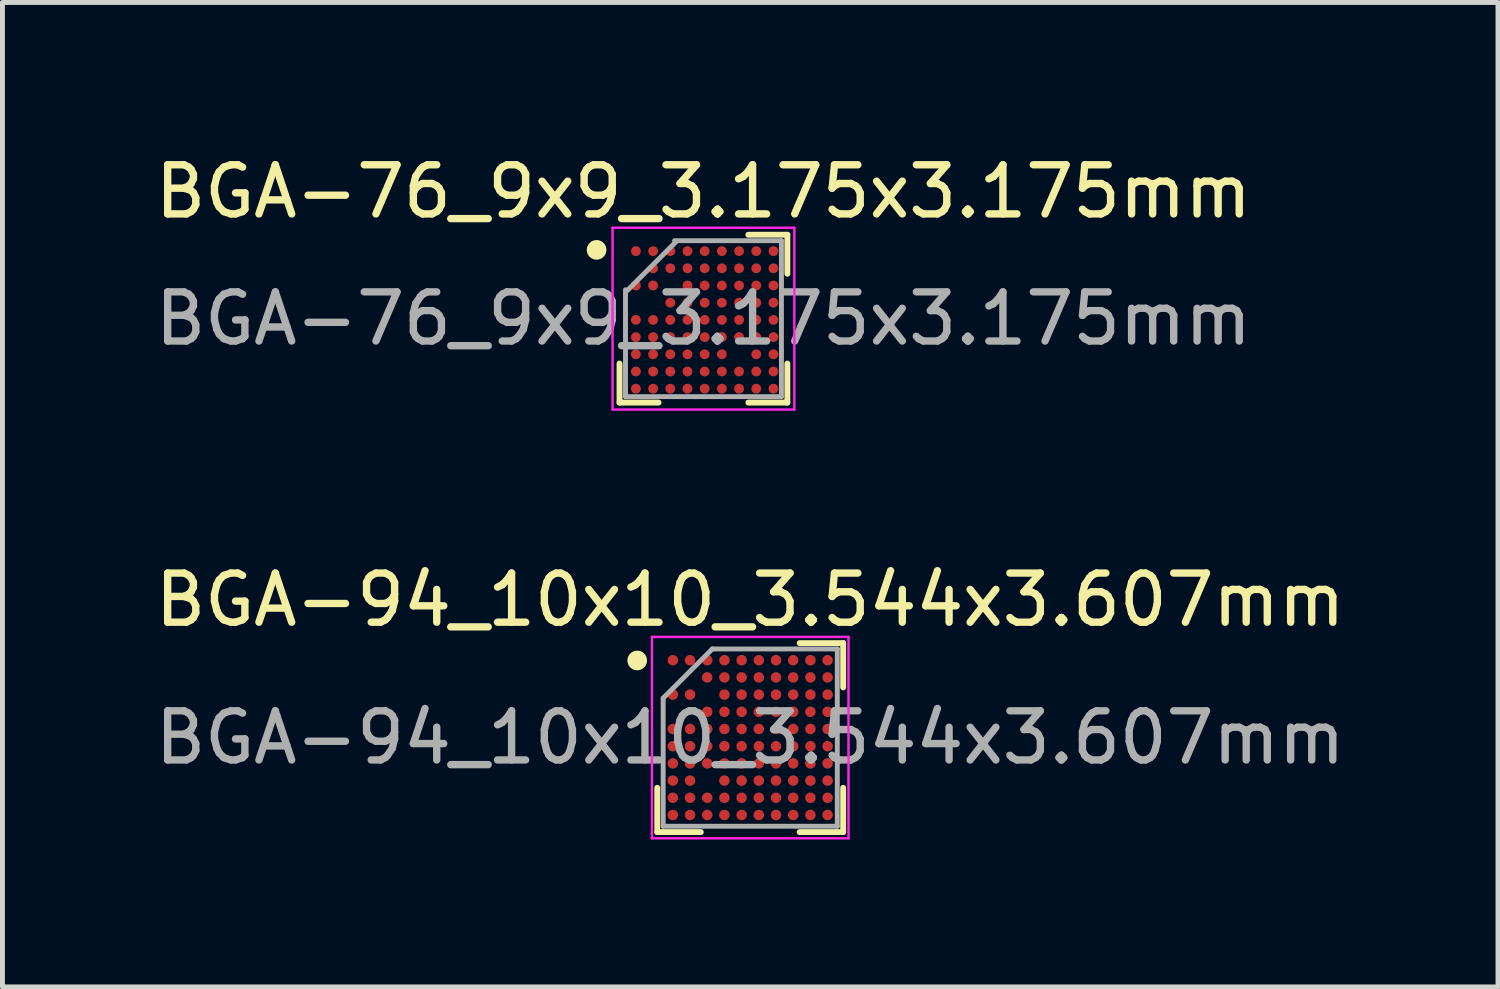
<source format=kicad_pcb>
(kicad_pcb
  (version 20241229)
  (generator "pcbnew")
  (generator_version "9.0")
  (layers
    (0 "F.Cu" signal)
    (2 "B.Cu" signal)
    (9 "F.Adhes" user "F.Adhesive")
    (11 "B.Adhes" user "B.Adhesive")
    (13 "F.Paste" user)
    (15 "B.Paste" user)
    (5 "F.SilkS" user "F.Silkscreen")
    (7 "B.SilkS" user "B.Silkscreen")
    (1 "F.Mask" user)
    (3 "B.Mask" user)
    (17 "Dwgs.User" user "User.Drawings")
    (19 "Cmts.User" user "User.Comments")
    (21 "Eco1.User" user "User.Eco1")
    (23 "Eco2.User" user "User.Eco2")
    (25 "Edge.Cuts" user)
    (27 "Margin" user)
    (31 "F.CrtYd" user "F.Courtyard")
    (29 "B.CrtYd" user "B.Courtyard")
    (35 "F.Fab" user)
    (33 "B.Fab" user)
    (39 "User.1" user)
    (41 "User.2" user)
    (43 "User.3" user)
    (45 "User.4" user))
  (footprint "BGA-76_9x9_3.175x3.175mm"
    (layer "F.Cu")
    (at 11.268 3.436)
    (property "Reference" "BGA-76_9x9_3.175x3.175mm" (at 0 -2.587 0) (layer "F.SilkS") (effects (font (size 1 1) (thickness 0.15))))
    (attr smd)
    (fp_line (start -1.708 1.708) (end -1.708 0.914) (stroke (width 0.12) (type default)) (layer "F.SilkS"))
    (fp_line (start -0.914 1.708) (end -1.708 1.708) (stroke (width 0.12) (type default)) (layer "F.SilkS"))
    (fp_line (start 0.914 -1.708) (end 1.708 -1.708) (stroke (width 0.12) (type default)) (layer "F.SilkS"))
    (fp_line (start 0.914 1.708) (end 1.708 1.708) (stroke (width 0.12) (type default)) (layer "F.SilkS"))
    (fp_line (start 1.708 -1.708) (end 1.708 -0.914) (stroke (width 0.12) (type default)) (layer "F.SilkS"))
    (fp_line (start 1.708 1.708) (end 1.708 0.914) (stroke (width 0.12) (type default)) (layer "F.SilkS"))
    (fp_circle (center -2.175 -1.4) (end -2.175 -1.3) (stroke (width 0.2) (type default)) (fill no) (layer "F.SilkS"))
    (fp_line (start -1.85 -1.85) (end 1.85 -1.85) (stroke (width 0.05) (type default)) (layer "F.CrtYd"))
    (fp_line (start -1.85 1.85) (end -1.85 -1.85) (stroke (width 0.05) (type default)) (layer "F.CrtYd"))
    (fp_line (start 1.85 -1.85) (end 1.85 1.85) (stroke (width 0.05) (type default)) (layer "F.CrtYd"))
    (fp_line (start 1.85 1.85) (end -1.85 1.85) (stroke (width 0.05) (type default)) (layer "F.CrtYd"))
    (fp_line (start -1.587 -0.588) (end -1.587 1.587) (stroke (width 0.1) (type default)) (layer "F.Fab"))
    (fp_line (start -1.587 1.587) (end 1.587 1.587) (stroke (width 0.1) (type default)) (layer "F.Fab"))
    (fp_line (start -0.562 -1.562) (end -1.562 -0.562) (stroke (width 0.1) (type default)) (layer "F.Fab"))
    (fp_line (start 1.587 -1.587) (end -0.588 -1.587) (stroke (width 0.1) (type default)) (layer "F.Fab"))
    (fp_line (start 1.587 1.587) (end 1.587 -1.587) (stroke (width 0.1) (type default)) (layer "F.Fab"))
    (fp_text user "${REFERENCE}" (at 0 0 0) (layer "F.Fab") (effects (font (size 1 1) (thickness 0.15))))
    (pad "A1" smd circle (at -1.375 -1.375) (size 0.2 0.2) (layers "F.Cu" "F.Mask" "F.Paste"))
    (pad "A2" smd circle (at -1.025 -1.375) (size 0.2 0.2) (layers "F.Cu" "F.Mask" "F.Paste"))
    (pad "A3" smd circle (at -0.675 -1.375) (size 0.2 0.2) (layers "F.Cu" "F.Mask" "F.Paste"))
    (pad "A4" smd circle (at -0.325 -1.375) (size 0.2 0.2) (layers "F.Cu" "F.Mask" "F.Paste"))
    (pad "A5" smd circle (at 0.025 -1.375) (size 0.2 0.2) (layers "F.Cu" "F.Mask" "F.Paste"))
    (pad "A6" smd circle (at 0.375 -1.375) (size 0.2 0.2) (layers "F.Cu" "F.Mask" "F.Paste"))
    (pad "A7" smd circle (at 0.725 -1.375) (size 0.2 0.2) (layers "F.Cu" "F.Mask" "F.Paste"))
    (pad "A8" smd circle (at 1.075 -1.375) (size 0.2 0.2) (layers "F.Cu" "F.Mask" "F.Paste"))
    (pad "A9" smd circle (at 1.425 -1.375) (size 0.2 0.2) (layers "F.Cu" "F.Mask" "F.Paste"))
    (pad "B2" smd circle (at -1.025 -1.025) (size 0.2 0.2) (layers "F.Cu" "F.Mask" "F.Paste"))
    (pad "B3" smd circle (at -0.675 -1.025) (size 0.2 0.2) (layers "F.Cu" "F.Mask" "F.Paste"))
    (pad "B4" smd circle (at -0.325 -1.025) (size 0.2 0.2) (layers "F.Cu" "F.Mask" "F.Paste"))
    (pad "B5" smd circle (at 0.025 -1.025) (size 0.2 0.2) (layers "F.Cu" "F.Mask" "F.Paste"))
    (pad "B6" smd circle (at 0.375 -1.025) (size 0.2 0.2) (layers "F.Cu" "F.Mask" "F.Paste"))
    (pad "B7" smd circle (at 0.725 -1.025) (size 0.2 0.2) (layers "F.Cu" "F.Mask" "F.Paste"))
    (pad "B8" smd circle (at 1.075 -1.025) (size 0.2 0.2) (layers "F.Cu" "F.Mask" "F.Paste"))
    (pad "B9" smd circle (at 1.425 -1.025) (size 0.2 0.2) (layers "F.Cu" "F.Mask" "F.Paste"))
    (pad "C1" smd circle (at -1.375 -0.675) (size 0.2 0.2) (layers "F.Cu" "F.Mask" "F.Paste"))
    (pad "C2" smd circle (at -1.025 -0.675) (size 0.2 0.2) (layers "F.Cu" "F.Mask" "F.Paste"))
    (pad "C4" smd circle (at -0.325 -0.675) (size 0.2 0.2) (layers "F.Cu" "F.Mask" "F.Paste"))
    (pad "C5" smd circle (at 0.025 -0.675) (size 0.2 0.2) (layers "F.Cu" "F.Mask" "F.Paste"))
    (pad "C6" smd circle (at 0.375 -0.675) (size 0.2 0.2) (layers "F.Cu" "F.Mask" "F.Paste"))
    (pad "C7" smd circle (at 0.725 -0.675) (size 0.2 0.2) (layers "F.Cu" "F.Mask" "F.Paste"))
    (pad "C8" smd circle (at 1.075 -0.675) (size 0.2 0.2) (layers "F.Cu" "F.Mask" "F.Paste"))
    (pad "C9" smd circle (at 1.425 -0.675) (size 0.2 0.2) (layers "F.Cu" "F.Mask" "F.Paste"))
    (pad "D3" smd circle (at -0.675 -0.325) (size 0.2 0.2) (layers "F.Cu" "F.Mask" "F.Paste"))
    (pad "D4" smd circle (at -0.325 -0.325) (size 0.2 0.2) (layers "F.Cu" "F.Mask" "F.Paste"))
    (pad "D5" smd circle (at 0.025 -0.325) (size 0.2 0.2) (layers "F.Cu" "F.Mask" "F.Paste"))
    (pad "D6" smd circle (at 0.375 -0.325) (size 0.2 0.2) (layers "F.Cu" "F.Mask" "F.Paste"))
    (pad "D7" smd circle (at 0.725 -0.325) (size 0.2 0.2) (layers "F.Cu" "F.Mask" "F.Paste"))
    (pad "D8" smd circle (at 1.075 -0.325) (size 0.2 0.2) (layers "F.Cu" "F.Mask" "F.Paste"))
    (pad "D9" smd circle (at 1.425 -0.325) (size 0.2 0.2) (layers "F.Cu" "F.Mask" "F.Paste"))
    (pad "E1" smd circle (at -1.375 0.025) (size 0.2 0.2) (layers "F.Cu" "F.Mask" "F.Paste"))
    (pad "E2" smd circle (at -1.025 0.025) (size 0.2 0.2) (layers "F.Cu" "F.Mask" "F.Paste"))
    (pad "E3" smd circle (at -0.675 0.025) (size 0.2 0.2) (layers "F.Cu" "F.Mask" "F.Paste"))
    (pad "E4" smd circle (at -0.325 0.025) (size 0.2 0.2) (layers "F.Cu" "F.Mask" "F.Paste"))
    (pad "E5" smd circle (at 0.025 0.025) (size 0.2 0.2) (layers "F.Cu" "F.Mask" "F.Paste"))
    (pad "E6" smd circle (at 0.375 0.025) (size 0.2 0.2) (layers "F.Cu" "F.Mask" "F.Paste"))
    (pad "E7" smd circle (at 0.725 0.025) (size 0.2 0.2) (layers "F.Cu" "F.Mask" "F.Paste"))
    (pad "E8" smd circle (at 1.075 0.025) (size 0.2 0.2) (layers "F.Cu" "F.Mask" "F.Paste"))
    (pad "E9" smd circle (at 1.425 0.025) (size 0.2 0.2) (layers "F.Cu" "F.Mask" "F.Paste"))
    (pad "F1" smd circle (at -1.375 0.375) (size 0.2 0.2) (layers "F.Cu" "F.Mask" "F.Paste"))
    (pad "F2" smd circle (at -1.025 0.375) (size 0.2 0.2) (layers "F.Cu" "F.Mask" "F.Paste"))
    (pad "F3" smd circle (at -0.675 0.375) (size 0.2 0.2) (layers "F.Cu" "F.Mask" "F.Paste"))
    (pad "F4" smd circle (at -0.325 0.375) (size 0.2 0.2) (layers "F.Cu" "F.Mask" "F.Paste"))
    (pad "F5" smd circle (at 0.025 0.375) (size 0.2 0.2) (layers "F.Cu" "F.Mask" "F.Paste"))
    (pad "F6" smd circle (at 0.375 0.375) (size 0.2 0.2) (layers "F.Cu" "F.Mask" "F.Paste"))
    (pad "F7" smd circle (at 0.725 0.375) (size 0.2 0.2) (layers "F.Cu" "F.Mask" "F.Paste"))
    (pad "F8" smd circle (at 1.075 0.375) (size 0.2 0.2) (layers "F.Cu" "F.Mask" "F.Paste"))
    (pad "F9" smd circle (at 1.425 0.375) (size 0.2 0.2) (layers "F.Cu" "F.Mask" "F.Paste"))
    (pad "G1" smd circle (at -1.375 0.725) (size 0.2 0.2) (layers "F.Cu" "F.Mask" "F.Paste"))
    (pad "G2" smd circle (at -1.025 0.725) (size 0.2 0.2) (layers "F.Cu" "F.Mask" "F.Paste"))
    (pad "G3" smd circle (at -0.675 0.725) (size 0.2 0.2) (layers "F.Cu" "F.Mask" "F.Paste"))
    (pad "G4" smd circle (at -0.325 0.725) (size 0.2 0.2) (layers "F.Cu" "F.Mask" "F.Paste"))
    (pad "G5" smd circle (at 0.025 0.725) (size 0.2 0.2) (layers "F.Cu" "F.Mask" "F.Paste"))
    (pad "G6" smd circle (at 0.375 0.725) (size 0.2 0.2) (layers "F.Cu" "F.Mask" "F.Paste"))
    (pad "G8" smd circle (at 1.075 0.725) (size 0.2 0.2) (layers "F.Cu" "F.Mask" "F.Paste"))
    (pad "G9" smd circle (at 1.425 0.725) (size 0.2 0.2) (layers "F.Cu" "F.Mask" "F.Paste"))
    (pad "H1" smd circle (at -1.375 1.075) (size 0.2 0.2) (layers "F.Cu" "F.Mask" "F.Paste"))
    (pad "H2" smd circle (at -1.025 1.075) (size 0.2 0.2) (layers "F.Cu" "F.Mask" "F.Paste"))
    (pad "H3" smd circle (at -0.675 1.075) (size 0.2 0.2) (layers "F.Cu" "F.Mask" "F.Paste"))
    (pad "H4" smd circle (at -0.325 1.075) (size 0.2 0.2) (layers "F.Cu" "F.Mask" "F.Paste"))
    (pad "H5" smd circle (at 0.025 1.075) (size 0.2 0.2) (layers "F.Cu" "F.Mask" "F.Paste"))
    (pad "H6" smd circle (at 0.375 1.075) (size 0.2 0.2) (layers "F.Cu" "F.Mask" "F.Paste"))
    (pad "H7" smd circle (at 0.725 1.075) (size 0.2 0.2) (layers "F.Cu" "F.Mask" "F.Paste"))
    (pad "H8" smd circle (at 1.075 1.075) (size 0.2 0.2) (layers "F.Cu" "F.Mask" "F.Paste"))
    (pad "H9" smd circle (at 1.425 1.075) (size 0.2 0.2) (layers "F.Cu" "F.Mask" "F.Paste"))
    (pad "J1" smd circle (at -1.375 1.425) (size 0.2 0.2) (layers "F.Cu" "F.Mask" "F.Paste"))
    (pad "J2" smd circle (at -1.025 1.425) (size 0.2 0.2) (layers "F.Cu" "F.Mask" "F.Paste"))
    (pad "J3" smd circle (at -0.675 1.425) (size 0.2 0.2) (layers "F.Cu" "F.Mask" "F.Paste"))
    (pad "J4" smd circle (at -0.325 1.425) (size 0.2 0.2) (layers "F.Cu" "F.Mask" "F.Paste"))
    (pad "J5" smd circle (at 0.025 1.425) (size 0.2 0.2) (layers "F.Cu" "F.Mask" "F.Paste"))
    (pad "J6" smd circle (at 0.375 1.425) (size 0.2 0.2) (layers "F.Cu" "F.Mask" "F.Paste"))
    (pad "J7" smd circle (at 0.725 1.425) (size 0.2 0.2) (layers "F.Cu" "F.Mask" "F.Paste"))
    (pad "J8" smd circle (at 1.075 1.425) (size 0.2 0.2) (layers "F.Cu" "F.Mask" "F.Paste"))
    (pad "J9" smd circle (at 1.425 1.425) (size 0.2 0.2) (layers "F.Cu" "F.Mask" "F.Paste")))
  (footprint "BGA-94_10x10_3.544x3.607mm"
    (layer "F.Cu")
    (at 12.22 11.963)
    (property "Reference" "BGA-94_10x10_3.544x3.607mm" (at 0 -2.804 0) (layer "F.SilkS") (effects (font (size 1 1) (thickness 0.15))))
    (attr smd)
    (fp_line (start -1.892 1.923) (end -1.892 1.022) (stroke (width 0.12) (type default)) (layer "F.SilkS"))
    (fp_line (start -1.006 1.923) (end -1.892 1.923) (stroke (width 0.12) (type default)) (layer "F.SilkS"))
    (fp_line (start 1.006 -1.923) (end 1.892 -1.923) (stroke (width 0.12) (type default)) (layer "F.SilkS"))
    (fp_line (start 1.006 1.923) (end 1.892 1.923) (stroke (width 0.12) (type default)) (layer "F.SilkS"))
    (fp_line (start 1.892 -1.923) (end 1.892 -1.022) (stroke (width 0.12) (type default)) (layer "F.SilkS"))
    (fp_line (start 1.892 1.923) (end 1.892 1.022) (stroke (width 0.12) (type default)) (layer "F.SilkS"))
    (fp_circle (center -2.3 -1.57) (end -2.3 -1.47) (stroke (width 0.2) (type default)) (fill no) (layer "F.SilkS"))
    (fp_line (start -2 -2.05) (end 2 -2.05) (stroke (width 0.05) (type default)) (layer "F.CrtYd"))
    (fp_line (start -2 2.05) (end -2 -2.05) (stroke (width 0.05) (type default)) (layer "F.CrtYd"))
    (fp_line (start 2 -2.05) (end 2 2.05) (stroke (width 0.05) (type default)) (layer "F.CrtYd"))
    (fp_line (start 2 2.05) (end -2 2.05) (stroke (width 0.05) (type default)) (layer "F.CrtYd"))
    (fp_line (start -1.772 -0.803) (end -1.772 1.804) (stroke (width 0.1) (type default)) (layer "F.Fab"))
    (fp_line (start -1.772 1.804) (end 1.772 1.804) (stroke (width 0.1) (type default)) (layer "F.Fab"))
    (fp_line (start -0.772 -1.804) (end -1.772 -0.803) (stroke (width 0.1) (type default)) (layer "F.Fab"))
    (fp_line (start 1.772 -1.804) (end -0.772 -1.804) (stroke (width 0.1) (type default)) (layer "F.Fab"))
    (fp_line (start 1.772 1.804) (end 1.772 -1.804) (stroke (width 0.1) (type default)) (layer "F.Fab"))
    (fp_text user "${REFERENCE}" (at 0 0 0) (layer "F.Fab") (effects (font (size 1 1) (thickness 0.15))))
    (pad "A1" smd circle (at -1.575 -1.575) (size 0.214 0.214) (layers "F.Cu" "F.Mask" "F.Paste"))
    (pad "A2" smd circle (at -1.225 -1.575) (size 0.214 0.214) (layers "F.Cu" "F.Mask" "F.Paste"))
    (pad "A3" smd circle (at -0.875 -1.575) (size 0.214 0.214) (layers "F.Cu" "F.Mask" "F.Paste"))
    (pad "A4" smd circle (at -0.525 -1.575) (size 0.214 0.214) (layers "F.Cu" "F.Mask" "F.Paste"))
    (pad "A5" smd circle (at -0.175 -1.575) (size 0.214 0.214) (layers "F.Cu" "F.Mask" "F.Paste"))
    (pad "A6" smd circle (at 0.175 -1.575) (size 0.214 0.214) (layers "F.Cu" "F.Mask" "F.Paste"))
    (pad "A7" smd circle (at 0.525 -1.575) (size 0.214 0.214) (layers "F.Cu" "F.Mask" "F.Paste"))
    (pad "A8" smd circle (at 0.875 -1.575) (size 0.214 0.214) (layers "F.Cu" "F.Mask" "F.Paste"))
    (pad "A9" smd circle (at 1.225 -1.575) (size 0.214 0.214) (layers "F.Cu" "F.Mask" "F.Paste"))
    (pad "A10" smd circle (at 1.575 -1.575) (size 0.214 0.214) (layers "F.Cu" "F.Mask" "F.Paste"))
    (pad "B3" smd circle (at -0.875 -1.225) (size 0.214 0.214) (layers "F.Cu" "F.Mask" "F.Paste"))
    (pad "B4" smd circle (at -0.525 -1.225) (size 0.214 0.214) (layers "F.Cu" "F.Mask" "F.Paste"))
    (pad "B5" smd circle (at -0.175 -1.225) (size 0.214 0.214) (layers "F.Cu" "F.Mask" "F.Paste"))
    (pad "B6" smd circle (at 0.175 -1.225) (size 0.214 0.214) (layers "F.Cu" "F.Mask" "F.Paste"))
    (pad "B7" smd circle (at 0.525 -1.225) (size 0.214 0.214) (layers "F.Cu" "F.Mask" "F.Paste"))
    (pad "B8" smd circle (at 0.875 -1.225) (size 0.214 0.214) (layers "F.Cu" "F.Mask" "F.Paste"))
    (pad "B9" smd circle (at 1.225 -1.225) (size 0.214 0.214) (layers "F.Cu" "F.Mask" "F.Paste"))
    (pad "B10" smd circle (at 1.575 -1.225) (size 0.214 0.214) (layers "F.Cu" "F.Mask" "F.Paste"))
    (pad "C1" smd circle (at -1.575 -0.875) (size 0.214 0.214) (layers "F.Cu" "F.Mask" "F.Paste"))
    (pad "C2" smd circle (at -1.225 -0.875) (size 0.214 0.214) (layers "F.Cu" "F.Mask" "F.Paste"))
    (pad "C4" smd circle (at -0.525 -0.875) (size 0.214 0.214) (layers "F.Cu" "F.Mask" "F.Paste"))
    (pad "C5" smd circle (at -0.175 -0.875) (size 0.214 0.214) (layers "F.Cu" "F.Mask" "F.Paste"))
    (pad "C6" smd circle (at 0.175 -0.875) (size 0.214 0.214) (layers "F.Cu" "F.Mask" "F.Paste"))
    (pad "C7" smd circle (at 0.525 -0.875) (size 0.214 0.214) (layers "F.Cu" "F.Mask" "F.Paste"))
    (pad "C8" smd circle (at 0.875 -0.875) (size 0.214 0.214) (layers "F.Cu" "F.Mask" "F.Paste"))
    (pad "C9" smd circle (at 1.225 -0.875) (size 0.214 0.214) (layers "F.Cu" "F.Mask" "F.Paste"))
    (pad "C10" smd circle (at 1.575 -0.875) (size 0.214 0.214) (layers "F.Cu" "F.Mask" "F.Paste"))
    (pad "D3" smd circle (at -0.875 -0.525) (size 0.214 0.214) (layers "F.Cu" "F.Mask" "F.Paste"))
    (pad "D4" smd circle (at -0.525 -0.525) (size 0.214 0.214) (layers "F.Cu" "F.Mask" "F.Paste"))
    (pad "D5" smd circle (at -0.175 -0.525) (size 0.214 0.214) (layers "F.Cu" "F.Mask" "F.Paste"))
    (pad "D6" smd circle (at 0.175 -0.525) (size 0.214 0.214) (layers "F.Cu" "F.Mask" "F.Paste"))
    (pad "D7" smd circle (at 0.525 -0.525) (size 0.214 0.214) (layers "F.Cu" "F.Mask" "F.Paste"))
    (pad "D8" smd circle (at 0.875 -0.525) (size 0.214 0.214) (layers "F.Cu" "F.Mask" "F.Paste"))
    (pad "D9" smd circle (at 1.225 -0.525) (size 0.214 0.214) (layers "F.Cu" "F.Mask" "F.Paste"))
    (pad "D10" smd circle (at 1.575 -0.525) (size 0.214 0.214) (layers "F.Cu" "F.Mask" "F.Paste"))
    (pad "E1" smd circle (at -1.575 -0.175) (size 0.214 0.214) (layers "F.Cu" "F.Mask" "F.Paste"))
    (pad "E2" smd circle (at -1.225 -0.175) (size 0.214 0.214) (layers "F.Cu" "F.Mask" "F.Paste"))
    (pad "E3" smd circle (at -0.875 -0.175) (size 0.214 0.214) (layers "F.Cu" "F.Mask" "F.Paste"))
    (pad "E4" smd circle (at -0.525 -0.175) (size 0.214 0.214) (layers "F.Cu" "F.Mask" "F.Paste"))
    (pad "E5" smd circle (at -0.175 -0.175) (size 0.214 0.214) (layers "F.Cu" "F.Mask" "F.Paste"))
    (pad "E6" smd circle (at 0.175 -0.175) (size 0.214 0.214) (layers "F.Cu" "F.Mask" "F.Paste"))
    (pad "E7" smd circle (at 0.525 -0.175) (size 0.214 0.214) (layers "F.Cu" "F.Mask" "F.Paste"))
    (pad "E8" smd circle (at 0.875 -0.175) (size 0.214 0.214) (layers "F.Cu" "F.Mask" "F.Paste"))
    (pad "E9" smd circle (at 1.225 -0.175) (size 0.214 0.214) (layers "F.Cu" "F.Mask" "F.Paste"))
    (pad "E10" smd circle (at 1.575 -0.175) (size 0.214 0.214) (layers "F.Cu" "F.Mask" "F.Paste"))
    (pad "F1" smd circle (at -1.575 0.175) (size 0.214 0.214) (layers "F.Cu" "F.Mask" "F.Paste"))
    (pad "F2" smd circle (at -1.225 0.175) (size 0.214 0.214) (layers "F.Cu" "F.Mask" "F.Paste"))
    (pad "F3" smd circle (at -0.875 0.175) (size 0.214 0.214) (layers "F.Cu" "F.Mask" "F.Paste"))
    (pad "F4" smd circle (at -0.525 0.175) (size 0.214 0.214) (layers "F.Cu" "F.Mask" "F.Paste"))
    (pad "F5" smd circle (at -0.175 0.175) (size 0.214 0.214) (layers "F.Cu" "F.Mask" "F.Paste"))
    (pad "F6" smd circle (at 0.175 0.175) (size 0.214 0.214) (layers "F.Cu" "F.Mask" "F.Paste"))
    (pad "F7" smd circle (at 0.525 0.175) (size 0.214 0.214) (layers "F.Cu" "F.Mask" "F.Paste"))
    (pad "F8" smd circle (at 0.875 0.175) (size 0.214 0.214) (layers "F.Cu" "F.Mask" "F.Paste"))
    (pad "F9" smd circle (at 1.225 0.175) (size 0.214 0.214) (layers "F.Cu" "F.Mask" "F.Paste"))
    (pad "F10" smd circle (at 1.575 0.175) (size 0.214 0.214) (layers "F.Cu" "F.Mask" "F.Paste"))
    (pad "G1" smd circle (at -1.575 0.525) (size 0.214 0.214) (layers "F.Cu" "F.Mask" "F.Paste"))
    (pad "G2" smd circle (at -1.225 0.525) (size 0.214 0.214) (layers "F.Cu" "F.Mask" "F.Paste"))
    (pad "G3" smd circle (at -0.875 0.525) (size 0.214 0.214) (layers "F.Cu" "F.Mask" "F.Paste"))
    (pad "G4" smd circle (at -0.525 0.525) (size 0.214 0.214) (layers "F.Cu" "F.Mask" "F.Paste"))
    (pad "G5" smd circle (at -0.175 0.525) (size 0.214 0.214) (layers "F.Cu" "F.Mask" "F.Paste"))
    (pad "G6" smd circle (at 0.175 0.525) (size 0.214 0.214) (layers "F.Cu" "F.Mask" "F.Paste"))
    (pad "G7" smd circle (at 0.525 0.525) (size 0.214 0.214) (layers "F.Cu" "F.Mask" "F.Paste"))
    (pad "G8" smd circle (at 0.875 0.525) (size 0.214 0.214) (layers "F.Cu" "F.Mask" "F.Paste"))
    (pad "G9" smd circle (at 1.225 0.525) (size 0.214 0.214) (layers "F.Cu" "F.Mask" "F.Paste"))
    (pad "G10" smd circle (at 1.575 0.525) (size 0.214 0.214) (layers "F.Cu" "F.Mask" "F.Paste"))
    (pad "H1" smd circle (at -1.575 0.875) (size 0.214 0.214) (layers "F.Cu" "F.Mask" "F.Paste"))
    (pad "H2" smd circle (at -1.225 0.875) (size 0.214 0.214) (layers "F.Cu" "F.Mask" "F.Paste"))
    (pad "H4" smd circle (at -0.525 0.875) (size 0.214 0.214) (layers "F.Cu" "F.Mask" "F.Paste"))
    (pad "H5" smd circle (at -0.175 0.875) (size 0.214 0.214) (layers "F.Cu" "F.Mask" "F.Paste"))
    (pad "H6" smd circle (at 0.175 0.875) (size 0.214 0.214) (layers "F.Cu" "F.Mask" "F.Paste"))
    (pad "H7" smd circle (at 0.525 0.875) (size 0.214 0.214) (layers "F.Cu" "F.Mask" "F.Paste"))
    (pad "H8" smd circle (at 0.875 0.875) (size 0.214 0.214) (layers "F.Cu" "F.Mask" "F.Paste"))
    (pad "H9" smd circle (at 1.225 0.875) (size 0.214 0.214) (layers "F.Cu" "F.Mask" "F.Paste"))
    (pad "H10" smd circle (at 1.575 0.875) (size 0.214 0.214) (layers "F.Cu" "F.Mask" "F.Paste"))
    (pad "J1" smd circle (at -1.575 1.225) (size 0.214 0.214) (layers "F.Cu" "F.Mask" "F.Paste"))
    (pad "J2" smd circle (at -1.225 1.225) (size 0.214 0.214) (layers "F.Cu" "F.Mask" "F.Paste"))
    (pad "J3" smd circle (at -0.875 1.225) (size 0.214 0.214) (layers "F.Cu" "F.Mask" "F.Paste"))
    (pad "J4" smd circle (at -0.525 1.225) (size 0.214 0.214) (layers "F.Cu" "F.Mask" "F.Paste"))
    (pad "J5" smd circle (at -0.175 1.225) (size 0.214 0.214) (layers "F.Cu" "F.Mask" "F.Paste"))
    (pad "J6" smd circle (at 0.175 1.225) (size 0.214 0.214) (layers "F.Cu" "F.Mask" "F.Paste"))
    (pad "J7" smd circle (at 0.525 1.225) (size 0.214 0.214) (layers "F.Cu" "F.Mask" "F.Paste"))
    (pad "J8" smd circle (at 0.875 1.225) (size 0.214 0.214) (layers "F.Cu" "F.Mask" "F.Paste"))
    (pad "J9" smd circle (at 1.225 1.225) (size 0.214 0.214) (layers "F.Cu" "F.Mask" "F.Paste"))
    (pad "J10" smd circle (at 1.575 1.225) (size 0.214 0.214) (layers "F.Cu" "F.Mask" "F.Paste"))
    (pad "K1" smd circle (at -1.575 1.575) (size 0.214 0.214) (layers "F.Cu" "F.Mask" "F.Paste"))
    (pad "K2" smd circle (at -1.225 1.575) (size 0.214 0.214) (layers "F.Cu" "F.Mask" "F.Paste"))
    (pad "K3" smd circle (at -0.875 1.575) (size 0.214 0.214) (layers "F.Cu" "F.Mask" "F.Paste"))
    (pad "K4" smd circle (at -0.525 1.575) (size 0.214 0.214) (layers "F.Cu" "F.Mask" "F.Paste"))
    (pad "K5" smd circle (at -0.175 1.575) (size 0.214 0.214) (layers "F.Cu" "F.Mask" "F.Paste"))
    (pad "K6" smd circle (at 0.175 1.575) (size 0.214 0.214) (layers "F.Cu" "F.Mask" "F.Paste"))
    (pad "K7" smd circle (at 0.525 1.575) (size 0.214 0.214) (layers "F.Cu" "F.Mask" "F.Paste"))
    (pad "K8" smd circle (at 0.875 1.575) (size 0.214 0.214) (layers "F.Cu" "F.Mask" "F.Paste"))
    (pad "K9" smd circle (at 1.225 1.575) (size 0.214 0.214) (layers "F.Cu" "F.Mask" "F.Paste"))
    (pad "K10" smd circle (at 1.575 1.575) (size 0.214 0.214) (layers "F.Cu" "F.Mask" "F.Paste")))
  (gr_rect
    (start -3 -3)
    (end 27.44 17.038)
    (stroke (width 0.1) (type default))
    (fill no)
    (layer "Edge.Cuts")))
</source>
